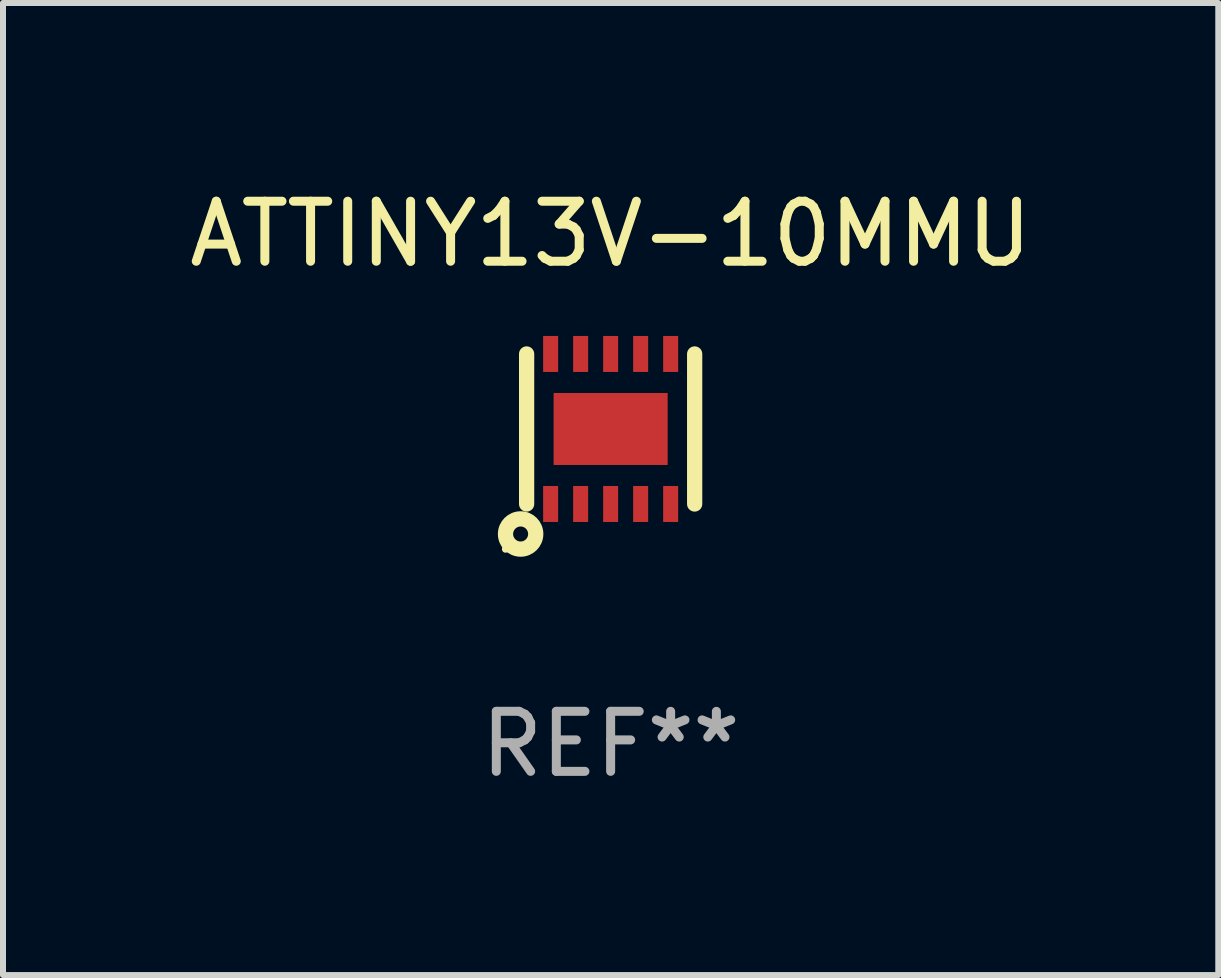
<source format=kicad_pcb>
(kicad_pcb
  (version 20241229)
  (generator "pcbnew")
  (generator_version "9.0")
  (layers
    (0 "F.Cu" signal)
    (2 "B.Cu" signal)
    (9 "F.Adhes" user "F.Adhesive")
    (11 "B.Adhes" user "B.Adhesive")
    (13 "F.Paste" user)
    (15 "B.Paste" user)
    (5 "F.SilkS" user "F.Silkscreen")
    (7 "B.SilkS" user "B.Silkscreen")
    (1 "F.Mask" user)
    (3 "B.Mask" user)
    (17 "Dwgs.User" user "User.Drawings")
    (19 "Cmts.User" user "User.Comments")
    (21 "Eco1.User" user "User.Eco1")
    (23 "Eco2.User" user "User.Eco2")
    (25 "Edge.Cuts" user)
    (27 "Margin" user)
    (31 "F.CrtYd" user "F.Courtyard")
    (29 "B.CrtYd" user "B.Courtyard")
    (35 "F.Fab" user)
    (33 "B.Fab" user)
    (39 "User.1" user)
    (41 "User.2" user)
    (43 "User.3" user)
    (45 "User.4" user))
  (footprint "ATTINY13V-10MMU"
    (layer "F.Cu")
    (at 7.125 4.098)
    (property "Reference" "ATTINY13V-10MMU" (at 0 -3.25 0) (layer "F.SilkS") (effects (font (size 1 1) (thickness 0.15))))
    (attr through_hole)
    (fp_line (start -1.4 1.25) (end -1.4 -1.25) (stroke (width 0.254) (type solid)) (layer "F.SilkS"))
    (fp_line (start 1.4 1.25) (end 1.4 -1.25) (stroke (width 0.254) (type solid)) (layer "F.SilkS"))
    (fp_circle (center -1.752 2.002) (end -1.722 2.002) (stroke (width 0.06) (type solid)) (fill no) (layer "F.SilkS"))
    (fp_circle (center -1.5 1.75) (end -1.375 1.75) (stroke (width 0.254) (type solid)) (fill no) (layer "F.SilkS"))
    (fp_text user "REF**" (at 0 5.25 0) (layer "F.Fab") (effects (font (size 1 1) (thickness 0.15))))
    (pad "1" smd rect (at -1 1.25 180) (size 0.25 0.6) (layers "F.Cu" "F.Mask" "F.Paste"))
    (pad "2" smd rect (at -0.5 1.25 180) (size 0.25 0.6) (layers "F.Cu" "F.Mask" "F.Paste"))
    (pad "3" smd rect (at 0 1.25 180) (size 0.25 0.6) (layers "F.Cu" "F.Mask" "F.Paste"))
    (pad "4" smd rect (at 0.5 1.25 180) (size 0.25 0.6) (layers "F.Cu" "F.Mask" "F.Paste"))
    (pad "5" smd rect (at 1 1.25 180) (size 0.25 0.6) (layers "F.Cu" "F.Mask" "F.Paste"))
    (pad "6" smd rect (at 1 -1.25 180) (size 0.25 0.6) (layers "F.Cu" "F.Mask" "F.Paste"))
    (pad "7" smd rect (at 0.5 -1.25 180) (size 0.25 0.6) (layers "F.Cu" "F.Mask" "F.Paste"))
    (pad "8" smd rect (at 0 -1.25 180) (size 0.25 0.6) (layers "F.Cu" "F.Mask" "F.Paste"))
    (pad "9" smd rect (at -0.5 -1.25 180) (size 0.25 0.6) (layers "F.Cu" "F.Mask" "F.Paste"))
    (pad "10" smd rect (at -1 -1.25 180) (size 0.25 0.6) (layers "F.Cu" "F.Mask" "F.Paste"))
    (pad "11" smd rect (at 0 0 270) (size 1.2 1.9) (layers "F.Cu" "F.Mask" "F.Paste")))
  (gr_rect
    (start -3 -3)
    (end 17.25 13.197)
    (stroke (width 0.1) (type default))
    (fill no)
    (layer "Edge.Cuts")))
</source>
